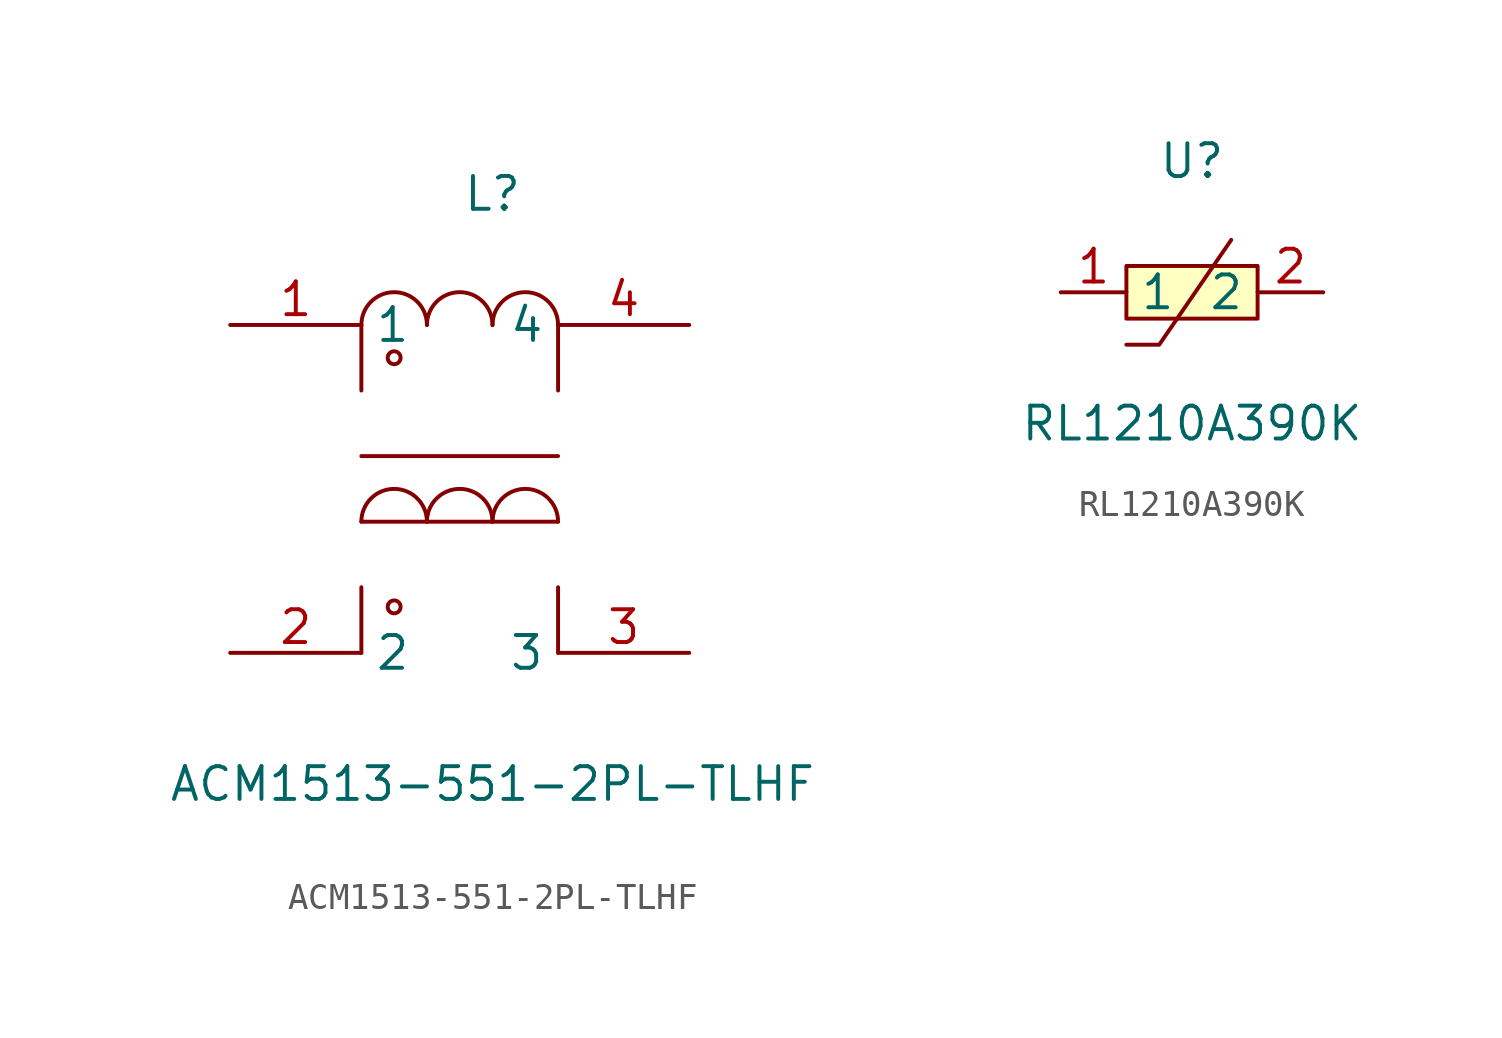
<source format=kicad_sym>
(kicad_symbol_lib
  (version 20211014)
  (generator https://github.com/uPesy/easyeda2kicad.py)
  (symbol "ACM1513-551-2PL-TLHF"
    (property "Reference" "L"
      (at 0 10.16 0)
      (effects (font (size 1.27 1.27))))
    (property "Value" "ACM1513-551-2PL-TLHF"
      (at 0 -12.70 0)
      (effects (font (size 1.27 1.27))))
    (symbol "ACM1513-551-2PL-TLHF_0_1"
      (circle (center -3.81 3.81) (radius 0.25) (stroke (width 0) (type default) (color 0 0 0 0)) (fill (type none)))
      (circle (center -3.81 -5.84) (radius 0.25) (stroke (width 0) (type default) (color 0 0 0 0)) (fill (type none)))
      (arc (start -5.08 -2.54) (mid -3.54 -1.30) (end -2.54 -2.54) (stroke (width 0) (type default) (color 0 0 0 0)) (fill (type none)))
      (arc (start -2.54 -2.54) (mid -1.00 -1.30) (end 0.00 -2.54) (stroke (width 0) (type default) (color 0 0 0 0)) (fill (type none)))
      (arc (start 0.00 -2.54) (mid 1.54 -1.30) (end 2.54 -2.54) (stroke (width 0) (type default) (color 0 0 0 0)) (fill (type none)))
      (arc (start 2.54 5.08) (mid 1.54 6.32) (end 0.00 5.08) (stroke (width 0) (type default) (color 0 0 0 0)) (fill (type none)))
      (arc (start 0.00 5.08) (mid -1.00 6.32) (end -2.54 5.08) (stroke (width 0) (type default) (color 0 0 0 0)) (fill (type none)))
      (arc (start -2.54 5.08) (mid -3.54 6.32) (end -5.08 5.08) (stroke (width 0) (type default) (color 0 0 0 0)) (fill (type none)))
      (polyline (pts (xy -5.08 5.08) (xy -5.08 2.54)) (stroke (width 0) (type default) (color 0 0 0 0)) (fill (type none)))
      (polyline (pts (xy 2.54 5.08) (xy 2.54 2.54)) (stroke (width 0) (type default) (color 0 0 0 0)) (fill (type none)))
      (polyline (pts (xy 2.54 -7.62) (xy 2.54 -5.08)) (stroke (width 0) (type default) (color 0 0 0 0)) (fill (type none)))
      (polyline (pts (xy -5.08 -7.62) (xy -5.08 -5.08)) (stroke (width 0) (type default) (color 0 0 0 0)) (fill (type none)))
      (polyline (pts (xy -5.08 -0.00) (xy 2.54 -0.00)) (stroke (width 0) (type default) (color 0 0 0 0)) (fill (type none)))
      (polyline (pts (xy -5.08 -2.54) (xy 2.54 -2.54)) (stroke (width 0) (type default) (color 0 0 0 0)) (fill (type none)))
      (pin unspecified line (at -10.16 5.08 0) (length 5.08) (name "1" (effects (font (size 1.27 1.27)))) (number "1" (effects (font (size 1.27 1.27)))))
      (pin unspecified line (at -10.16 -7.62 0) (length 5.08) (name "2" (effects (font (size 1.27 1.27)))) (number "2" (effects (font (size 1.27 1.27)))))
      (pin unspecified line (at 7.62 -7.62 180) (length 5.08) (name "3" (effects (font (size 1.27 1.27)))) (number "3" (effects (font (size 1.27 1.27)))))
      (pin unspecified line (at 7.62 5.08 180) (length 5.08) (name "4" (effects (font (size 1.27 1.27)))) (number "4" (effects (font (size 1.27 1.27)))))))
  (symbol "RL1210A390K"
    (property "Reference" "U"
      (at 0 5.08 0)
      (effects (font (size 1.27 1.27))))
    (property "Value" "RL1210A390K"
      (at 0 -5.08 0)
      (effects (font (size 1.27 1.27))))
    (symbol "RL1210A390K_0_1"
      (rectangle (start -2.54 1.02) (end 2.54 -1.02) (stroke (width 0) (type default) (color 0 0 0 0)) (fill (type background)))
      (polyline (pts (xy 1.52 2.03) (xy -1.27 -2.03) (xy -2.54 -2.03)) (stroke (width 0) (type default) (color 0 0 0 0)) (fill (type none)))
      (pin unspecified line (at -5.08 -0.00 0) (length 2.54) (name "1" (effects (font (size 1.27 1.27)))) (number "1" (effects (font (size 1.27 1.27)))))
      (pin unspecified line (at 5.08 -0.00 180) (length 2.54) (name "2" (effects (font (size 1.27 1.27)))) (number "2" (effects (font (size 1.27 1.27))))))))
</source>
